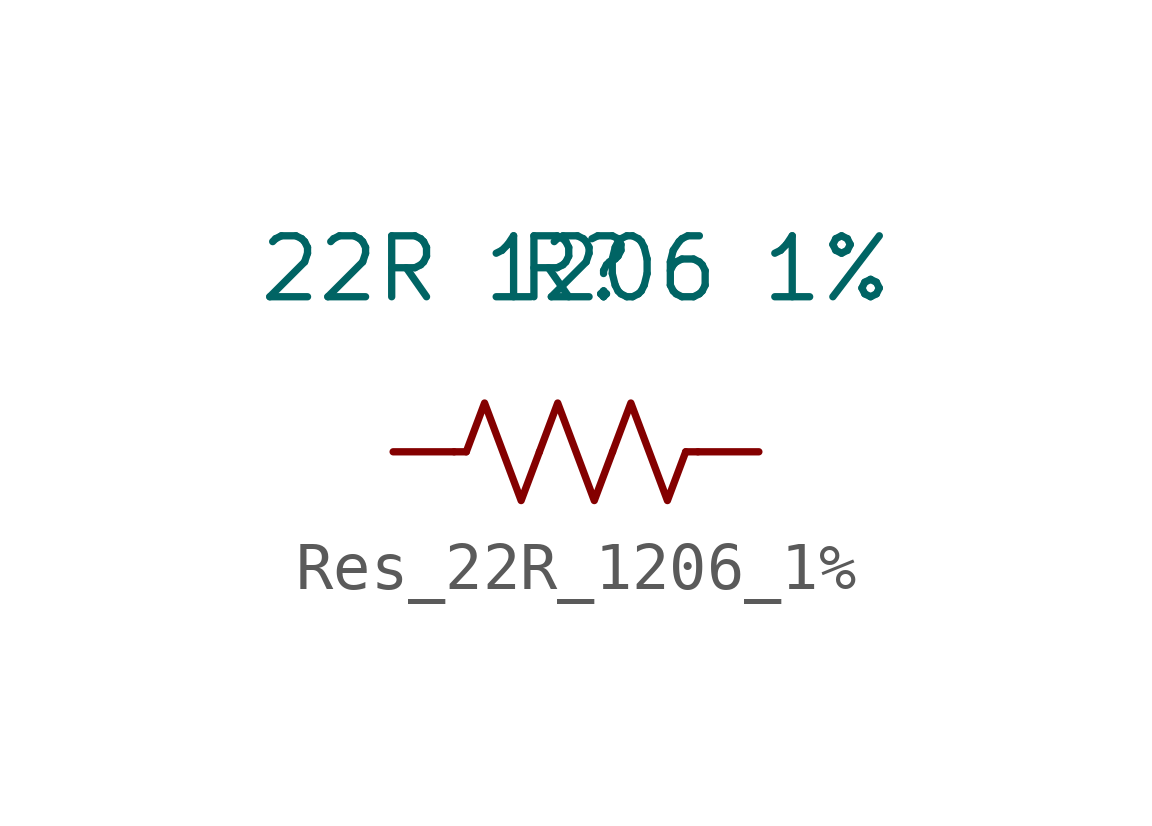
<source format=kicad_sym>
(kicad_symbol_lib
  (version 20231120)
  (generator "kicad_symbol_editor")
  (generator_version "8.0")
  (symbol "Res_22R_1206_1%"
    (pin_numbers hide)
    (pin_names hide)
    (property "Reference" "R"
      (at 0 0 0)
      (effects (font (size 1.27 1.27))))
    (property "Value" "22R 1206 1%"
      (at 0 0 0)
      (effects (font (size 1.27 1.27))))
    (symbol "Res_22R_1206_1%_0_1"
      (polyline (pts (xy -2.286 -3.81) (xy -2.54 -3.81)) (stroke (width 0) (type default)) (fill (type none)))
      (polyline (pts (xy 2.286 -3.81) (xy 2.54 -3.81)) (stroke (width 0) (type default)) (fill (type none)))
      (polyline (pts (xy -2.286 -3.81) (xy -1.905 -2.794) (xy -1.524 -3.81) (xy -1.143 -4.826) (xy -0.762 -3.81)) (stroke (width 0) (type default)) (fill (type none)))
      (polyline (pts (xy -0.762 -3.81) (xy -0.381 -2.794) (xy 0 -3.81) (xy 0.381 -4.826) (xy 0.762 -3.81)) (stroke (width 0) (type default)) (fill (type none)))
      (polyline (pts (xy 0.762 -3.81) (xy 1.143 -2.794) (xy 1.524 -3.81) (xy 1.905 -4.826) (xy 2.286 -3.81)) (stroke (width 0) (type default)) (fill (type none))))
    (symbol "Res_22R_1206_1%_1_1"
      (pin passive line (at -3.81 -3.81 0) (length 1.27) (name "~" (effects (font (size 1.27 1.27)))) (number "1" (effects (font (size 1.27 1.27)))))
      (pin passive line (at 3.81 -3.81 180) (length 1.27) (name "~" (effects (font (size 1.27 1.27)))) (number "2" (effects (font (size 1.27 1.27))))))))
</source>
